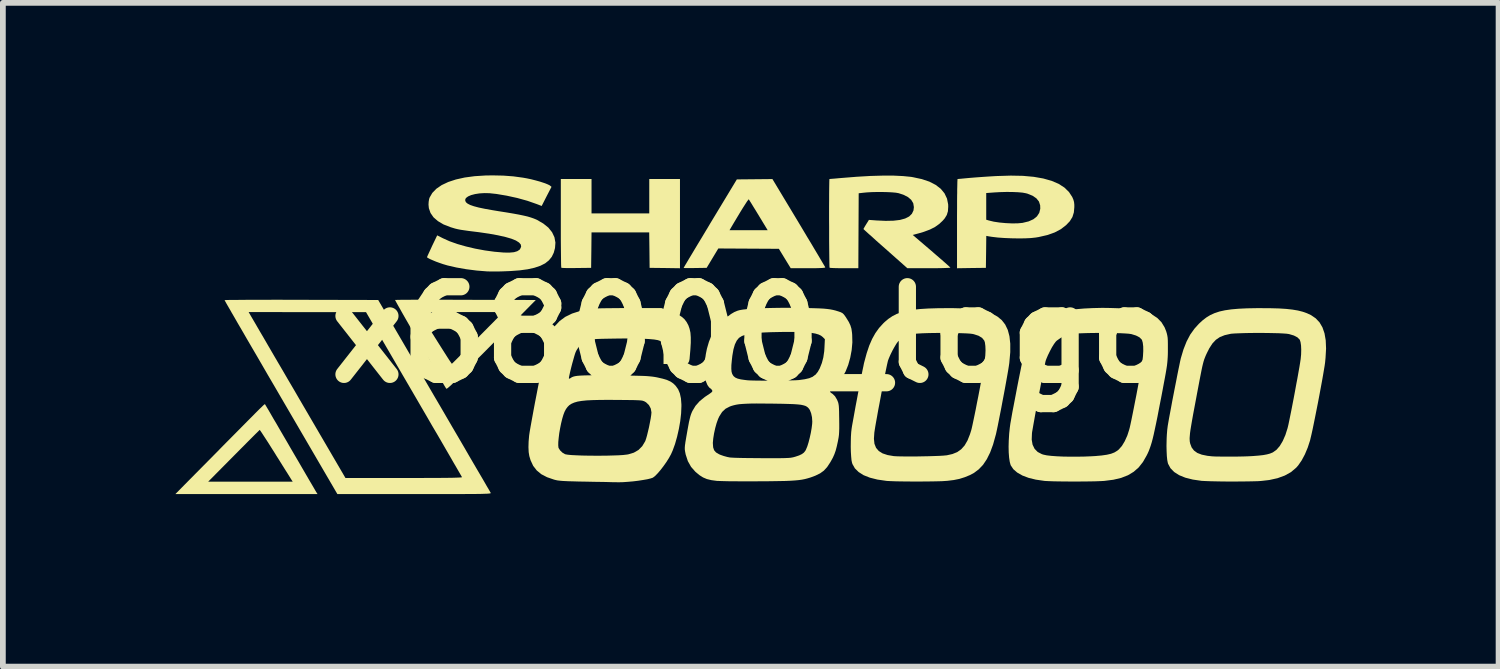
<source format=kicad_pcb>
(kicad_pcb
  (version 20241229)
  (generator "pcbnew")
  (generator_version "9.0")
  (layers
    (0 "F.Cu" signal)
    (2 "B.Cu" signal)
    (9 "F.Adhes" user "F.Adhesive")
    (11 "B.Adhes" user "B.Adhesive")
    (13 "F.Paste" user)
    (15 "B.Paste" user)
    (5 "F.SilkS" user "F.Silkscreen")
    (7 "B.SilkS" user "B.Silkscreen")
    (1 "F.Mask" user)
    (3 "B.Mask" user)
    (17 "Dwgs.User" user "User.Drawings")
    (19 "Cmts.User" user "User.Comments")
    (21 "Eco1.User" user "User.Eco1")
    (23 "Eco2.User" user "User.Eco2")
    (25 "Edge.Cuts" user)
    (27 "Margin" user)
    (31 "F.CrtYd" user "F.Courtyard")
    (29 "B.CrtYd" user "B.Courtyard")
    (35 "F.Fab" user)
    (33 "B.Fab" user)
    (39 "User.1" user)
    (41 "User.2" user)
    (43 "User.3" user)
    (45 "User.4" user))
  (footprint "x68000_logo"
    (layer "F.Cu")
    (at 10.008 2.771)
    (property "Reference" "x68000_logo" (at 0 0 0) (layer "F.SilkS") (effects (font (size 1.524 1.524) (thickness 0.3))))
    (attr through_hole)
    (fp_poly (pts (xy -2.771 -2.11) (xy -1.767 -2.11) (xy -1.767 -2.708) (xy -1.233 -2.708) (xy -1.233 -1.156) (xy -1.497 -1.16) (xy -1.761 -1.163) (xy -1.764 -1.471) (xy -1.768 -1.78) (xy -2.771 -1.78) (xy -2.774 -1.471) (xy -2.778 -1.163) (xy -3.033 -1.16) (xy -3.111 -1.159) (xy -3.18 -1.159) (xy -3.237 -1.16) (xy -3.277 -1.162) (xy -3.296 -1.165) (xy -3.297 -1.165) (xy -3.298 -1.179) (xy -3.3 -1.216) (xy -3.301 -1.274) (xy -3.302 -1.351) (xy -3.303 -1.445) (xy -3.304 -1.552) (xy -3.305 -1.672) (xy -3.305 -1.802) (xy -3.305 -1.939) (xy -3.305 -2.708) (xy -2.771 -2.708)) (stroke (width 0) (type solid)) (fill yes) (layer "F.SilkS"))
    (fp_poly (pts (xy 0.832 -1.948) (xy 0.908 -1.821) (xy 0.98 -1.7) (xy 1.048 -1.588) (xy 1.109 -1.485) (xy 1.164 -1.393) (xy 1.21 -1.315) (xy 1.247 -1.252) (xy 1.274 -1.207) (xy 1.29 -1.18) (xy 1.294 -1.173) (xy 1.29 -1.168) (xy 1.274 -1.164) (xy 1.243 -1.161) (xy 1.194 -1.159) (xy 1.126 -1.157) (xy 1.035 -1.157) (xy 0.996 -1.157) (xy 0.693 -1.157) (xy 0.59 -1.325) (xy 0.487 -1.494) (xy -0.039 -1.497) (xy -0.566 -1.5) (xy -0.769 -1.163) (xy -0.969 -1.16) (xy -1.037 -1.159) (xy -1.096 -1.159) (xy -1.14 -1.159) (xy -1.165 -1.161) (xy -1.17 -1.162) (xy -1.163 -1.173) (xy -1.145 -1.205) (xy -1.115 -1.255) (xy -1.076 -1.321) (xy -1.027 -1.402) (xy -0.971 -1.496) (xy -0.907 -1.602) (xy -0.838 -1.716) (xy -0.777 -1.818) (xy -0.371 -1.818) (xy 0.292 -1.818) (xy 0.132 -2.082) (xy 0.087 -2.156) (xy 0.046 -2.222) (xy 0.012 -2.278) (xy -0.015 -2.321) (xy -0.032 -2.348) (xy -0.037 -2.355) (xy -0.045 -2.347) (xy -0.066 -2.319) (xy -0.097 -2.271) (xy -0.138 -2.207) (xy -0.188 -2.126) (xy -0.245 -2.031) (xy -0.309 -1.924) (xy -0.343 -1.866) (xy -0.371 -1.818) (xy -0.777 -1.818) (xy -0.764 -1.839) (xy -0.707 -1.935) (xy -0.244 -2.701) (xy 0.066 -2.704) (xy 0.375 -2.707)) (stroke (width 0) (type solid)) (fill yes) (layer "F.SilkS"))
    (fp_poly (pts (xy -8.45 1.208) (xy -8.443 1.22) (xy -8.424 1.252) (xy -8.394 1.302) (xy -8.355 1.369) (xy -8.308 1.451) (xy -8.252 1.545) (xy -8.191 1.651) (xy -8.124 1.766) (xy -8.052 1.889) (xy -8.009 1.964) (xy -7.935 2.091) (xy -7.864 2.212) (xy -7.798 2.326) (xy -7.738 2.429) (xy -7.684 2.522) (xy -7.638 2.6) (xy -7.601 2.663) (xy -7.574 2.71) (xy -7.558 2.737) (xy -7.554 2.743) (xy -7.536 2.771) (xy -10.008 2.771) (xy -9.795 2.555) (xy -9.437 2.555) (xy -7.968 2.555) (xy -7.986 2.527) (xy -7.997 2.51) (xy -8.019 2.474) (xy -8.052 2.421) (xy -8.094 2.355) (xy -8.143 2.277) (xy -8.197 2.19) (xy -8.256 2.097) (xy -8.269 2.075) (xy -8.328 1.982) (xy -8.382 1.896) (xy -8.431 1.82) (xy -8.473 1.756) (xy -8.506 1.705) (xy -8.529 1.671) (xy -8.541 1.656) (xy -8.542 1.655) (xy -8.552 1.665) (xy -8.578 1.691) (xy -8.619 1.731) (xy -8.672 1.784) (xy -8.737 1.849) (xy -8.81 1.923) (xy -8.891 2.004) (xy -8.978 2.092) (xy -8.993 2.107) (xy -9.437 2.555) (xy -9.795 2.555) (xy -9.308 2.063) (xy -9.166 1.918) (xy -9.04 1.791) (xy -8.93 1.68) (xy -8.834 1.583) (xy -8.753 1.501) (xy -8.683 1.431) (xy -8.626 1.373) (xy -8.579 1.326) (xy -8.541 1.288) (xy -8.511 1.26) (xy -8.489 1.238) (xy -8.473 1.223) (xy -8.462 1.214) (xy -8.455 1.209) (xy -8.451 1.208)) (stroke (width 0) (type solid)) (fill yes) (layer "F.SilkS"))
    (fp_poly (pts (xy -5.363 -0.608) (xy -5.2 -0.608) (xy -5.028 -0.607) (xy -4.961 -0.607) (xy -3.74 -0.604) (xy -4.511 0.177) (xy -4.651 0.318) (xy -4.775 0.442) (xy -4.882 0.55) (xy -4.975 0.643) (xy -5.053 0.721) (xy -5.119 0.786) (xy -5.173 0.837) (xy -5.215 0.878) (xy -5.248 0.907) (xy -5.271 0.927) (xy -5.287 0.937) (xy -5.295 0.94) (xy -5.296 0.939) (xy -5.307 0.923) (xy -5.329 0.887) (xy -5.36 0.834) (xy -5.4 0.766) (xy -5.447 0.685) (xy -5.501 0.594) (xy -5.559 0.494) (xy -5.621 0.388) (xy -5.685 0.277) (xy -5.75 0.164) (xy -5.815 0.052) (xy -5.879 -0.058) (xy -5.94 -0.165) (xy -5.997 -0.264) (xy -6.049 -0.355) (xy -6.071 -0.394) (xy -5.771 -0.394) (xy -5.717 -0.308) (xy -5.615 -0.144) (xy -5.525 -0.001) (xy -5.448 0.122) (xy -5.382 0.226) (xy -5.327 0.313) (xy -5.283 0.382) (xy -5.249 0.435) (xy -5.224 0.472) (xy -5.208 0.495) (xy -5.2 0.505) (xy -5.199 0.505) (xy -5.19 0.496) (xy -5.163 0.47) (xy -5.123 0.43) (xy -5.07 0.377) (xy -5.006 0.312) (xy -4.932 0.239) (xy -4.851 0.157) (xy -4.765 0.07) (xy -4.749 0.054) (xy -4.305 -0.394) (xy -5.771 -0.394) (xy -6.071 -0.394) (xy -6.094 -0.435) (xy -6.132 -0.502) (xy -6.161 -0.554) (xy -6.18 -0.589) (xy -6.188 -0.604) (xy -6.188 -0.605) (xy -6.175 -0.605) (xy -6.138 -0.606) (xy -6.079 -0.607) (xy -6 -0.607) (xy -5.903 -0.608) (xy -5.788 -0.608) (xy -5.659 -0.608) (xy -5.517 -0.608)) (stroke (width 0) (type solid)) (fill yes) (layer "F.SilkS"))
    (fp_poly (pts (xy 4.731 -2.763) (xy 4.919 -2.746) (xy 5.085 -2.717) (xy 5.23 -2.676) (xy 5.352 -2.624) (xy 5.453 -2.559) (xy 5.532 -2.482) (xy 5.59 -2.393) (xy 5.59 -2.392) (xy 5.609 -2.348) (xy 5.62 -2.308) (xy 5.625 -2.261) (xy 5.625 -2.218) (xy 5.617 -2.127) (xy 5.592 -2.047) (xy 5.547 -1.974) (xy 5.481 -1.905) (xy 5.39 -1.835) (xy 5.282 -1.778) (xy 5.154 -1.733) (xy 5.006 -1.699) (xy 4.952 -1.69) (xy 4.868 -1.681) (xy 4.766 -1.676) (xy 4.651 -1.675) (xy 4.53 -1.677) (xy 4.41 -1.682) (xy 4.295 -1.69) (xy 4.194 -1.702) (xy 4.135 -1.711) (xy 4.094 -1.719) (xy 4.091 -1.441) (xy 4.087 -1.163) (xy 3.836 -1.16) (xy 3.585 -1.156) (xy 3.585 -1.932) (xy 3.585 -2.07) (xy 3.586 -2.2) (xy 3.586 -2.32) (xy 3.587 -2.428) (xy 3.588 -2.464) (xy 4.093 -2.464) (xy 4.093 -2) (xy 4.141 -1.986) (xy 4.224 -1.966) (xy 4.324 -1.951) (xy 4.432 -1.941) (xy 4.54 -1.936) (xy 4.64 -1.937) (xy 4.724 -1.945) (xy 4.728 -1.946) (xy 4.831 -1.971) (xy 4.913 -2.008) (xy 4.975 -2.058) (xy 5.015 -2.119) (xy 5.033 -2.191) (xy 5.031 -2.25) (xy 5.01 -2.316) (xy 4.965 -2.372) (xy 4.899 -2.417) (xy 4.81 -2.453) (xy 4.784 -2.46) (xy 4.725 -2.471) (xy 4.645 -2.478) (xy 4.55 -2.482) (xy 4.446 -2.483) (xy 4.335 -2.48) (xy 4.243 -2.475) (xy 4.093 -2.464) (xy 3.588 -2.464) (xy 3.588 -2.521) (xy 3.59 -2.598) (xy 3.591 -2.656) (xy 3.593 -2.694) (xy 3.594 -2.708) (xy 3.595 -2.708) (xy 3.61 -2.709) (xy 3.646 -2.712) (xy 3.698 -2.717) (xy 3.761 -2.723) (xy 3.795 -2.726) (xy 3.866 -2.732) (xy 3.956 -2.739) (xy 4.056 -2.746) (xy 4.161 -2.753) (xy 4.263 -2.759) (xy 4.288 -2.76) (xy 4.521 -2.767)) (stroke (width 0) (type solid)) (fill yes) (layer "F.SilkS"))
    (fp_poly (pts (xy -8.159 -0.608) (xy -7.983 -0.607) (xy -7.817 -0.607) (xy -6.481 -0.604) (xy -5.509 1.062) (xy -5.398 1.251) (xy -5.291 1.435) (xy -5.188 1.612) (xy -5.089 1.781) (xy -4.996 1.94) (xy -4.91 2.089) (xy -4.83 2.226) (xy -4.758 2.349) (xy -4.694 2.458) (xy -4.639 2.552) (xy -4.595 2.629) (xy -4.56 2.688) (xy -4.537 2.728) (xy -4.526 2.747) (xy -4.525 2.749) (xy -4.524 2.753) (xy -4.526 2.756) (xy -4.532 2.759) (xy -4.545 2.761) (xy -4.564 2.763) (xy -4.593 2.765) (xy -4.631 2.766) (xy -4.681 2.768) (xy -4.744 2.769) (xy -4.821 2.77) (xy -4.914 2.77) (xy -5.025 2.771) (xy -5.153 2.771) (xy -5.302 2.771) (xy -5.472 2.771) (xy -5.665 2.771) (xy -5.852 2.771) (xy -7.191 2.771) (xy -8.172 1.09) (xy -8.283 0.899) (xy -8.391 0.715) (xy -8.494 0.537) (xy -8.592 0.368) (xy -8.685 0.209) (xy -8.772 0.06) (xy -8.851 -0.077) (xy -8.923 -0.2) (xy -8.986 -0.31) (xy -9.035 -0.394) (xy -8.734 -0.394) (xy -8.699 -0.333) (xy -8.688 -0.314) (xy -8.665 -0.275) (xy -8.631 -0.217) (xy -8.587 -0.141) (xy -8.533 -0.048) (xy -8.47 0.059) (xy -8.4 0.18) (xy -8.322 0.314) (xy -8.238 0.458) (xy -8.148 0.611) (xy -8.054 0.773) (xy -7.955 0.941) (xy -7.857 1.11) (xy -7.05 2.492) (xy -6.035 2.492) (xy -5.838 2.492) (xy -5.667 2.491) (xy -5.518 2.491) (xy -5.391 2.49) (xy -5.285 2.489) (xy -5.199 2.488) (xy -5.131 2.486) (xy -5.081 2.484) (xy -5.048 2.482) (xy -5.029 2.48) (xy -5.024 2.477) (xy -5.031 2.464) (xy -5.05 2.431) (xy -5.08 2.379) (xy -5.121 2.308) (xy -5.172 2.221) (xy -5.231 2.118) (xy -5.299 2.001) (xy -5.374 1.871) (xy -5.456 1.73) (xy -5.545 1.579) (xy -5.638 1.418) (xy -5.736 1.25) (xy -5.837 1.076) (xy -5.861 1.035) (xy -6.693 -0.393) (xy -7.714 -0.393) (xy -8.734 -0.394) (xy -9.035 -0.394) (xy -9.04 -0.404) (xy -9.085 -0.481) (xy -9.119 -0.54) (xy -9.141 -0.58) (xy -9.152 -0.599) (xy -9.153 -0.601) (xy -9.141 -0.602) (xy -9.105 -0.604) (xy -9.046 -0.605) (xy -8.967 -0.605) (xy -8.87 -0.606) (xy -8.755 -0.607) (xy -8.625 -0.607) (xy -8.481 -0.607) (xy -8.325 -0.608)) (stroke (width 0) (type solid)) (fill yes) (layer "F.SilkS"))
    (fp_poly (pts (xy 2.482 -2.767) (xy 2.647 -2.759) (xy 2.788 -2.745) (xy 2.821 -2.739) (xy 2.974 -2.706) (xy 3.105 -2.662) (xy 3.215 -2.605) (xy 3.303 -2.537) (xy 3.368 -2.458) (xy 3.411 -2.367) (xy 3.431 -2.266) (xy 3.432 -2.226) (xy 3.427 -2.147) (xy 3.407 -2.082) (xy 3.37 -2.022) (xy 3.34 -1.987) (xy 3.274 -1.925) (xy 3.201 -1.873) (xy 3.114 -1.829) (xy 3.01 -1.79) (xy 2.919 -1.763) (xy 2.815 -1.735) (xy 3.142 -1.456) (xy 3.219 -1.389) (xy 3.29 -1.328) (xy 3.353 -1.273) (xy 3.404 -1.228) (xy 3.442 -1.194) (xy 3.464 -1.173) (xy 3.47 -1.166) (xy 3.458 -1.164) (xy 3.423 -1.162) (xy 3.37 -1.16) (xy 3.301 -1.158) (xy 3.218 -1.157) (xy 3.126 -1.157) (xy 3.096 -1.157) (xy 2.721 -1.157) (xy 2.34 -1.495) (xy 2.256 -1.569) (xy 2.179 -1.637) (xy 2.111 -1.699) (xy 2.052 -1.751) (xy 2.006 -1.793) (xy 1.974 -1.822) (xy 1.959 -1.837) (xy 1.958 -1.838) (xy 1.964 -1.851) (xy 1.98 -1.879) (xy 2.003 -1.917) (xy 2.005 -1.92) (xy 2.053 -1.997) (xy 2.187 -1.987) (xy 2.345 -1.98) (xy 2.48 -1.983) (xy 2.592 -1.996) (xy 2.683 -2.021) (xy 2.752 -2.056) (xy 2.8 -2.103) (xy 2.828 -2.161) (xy 2.835 -2.219) (xy 2.824 -2.286) (xy 2.789 -2.345) (xy 2.732 -2.394) (xy 2.651 -2.435) (xy 2.567 -2.462) (xy 2.521 -2.47) (xy 2.454 -2.476) (xy 2.374 -2.48) (xy 2.285 -2.482) (xy 2.192 -2.482) (xy 2.101 -2.48) (xy 2.017 -2.475) (xy 1.964 -2.47) (xy 1.875 -2.46) (xy 1.872 -1.808) (xy 1.869 -1.157) (xy 1.623 -1.157) (xy 1.546 -1.157) (xy 1.479 -1.158) (xy 1.424 -1.16) (xy 1.386 -1.162) (xy 1.369 -1.165) (xy 1.369 -1.165) (xy 1.367 -1.179) (xy 1.366 -1.215) (xy 1.365 -1.272) (xy 1.364 -1.345) (xy 1.363 -1.433) (xy 1.362 -1.533) (xy 1.361 -1.643) (xy 1.361 -1.758) (xy 1.361 -1.878) (xy 1.36 -2) (xy 1.36 -2.119) (xy 1.36 -2.235) (xy 1.361 -2.344) (xy 1.361 -2.444) (xy 1.362 -2.531) (xy 1.363 -2.604) (xy 1.364 -2.66) (xy 1.365 -2.695) (xy 1.366 -2.708) (xy 1.366 -2.708) (xy 1.381 -2.709) (xy 1.416 -2.712) (xy 1.467 -2.716) (xy 1.531 -2.722) (xy 1.579 -2.726) (xy 1.841 -2.747) (xy 2.079 -2.761) (xy 2.293 -2.767)) (stroke (width 0) (type solid)) (fill yes) (layer "F.SilkS"))
    (fp_poly (pts (xy -4.304 -2.767) (xy -4.131 -2.754) (xy -3.962 -2.731) (xy -3.9 -2.72) (xy -3.824 -2.704) (xy -3.745 -2.684) (xy -3.669 -2.663) (xy -3.599 -2.64) (xy -3.543 -2.619) (xy -3.504 -2.601) (xy -3.494 -2.594) (xy -3.467 -2.572) (xy -3.553 -2.406) (xy -3.638 -2.239) (xy -3.723 -2.272) (xy -3.886 -2.329) (xy -4.063 -2.378) (xy -4.246 -2.418) (xy -4.424 -2.448) (xy -4.545 -2.461) (xy -4.632 -2.463) (xy -4.718 -2.458) (xy -4.796 -2.446) (xy -4.865 -2.428) (xy -4.918 -2.405) (xy -4.954 -2.378) (xy -4.966 -2.357) (xy -4.967 -2.329) (xy -4.954 -2.303) (xy -4.925 -2.279) (xy -4.88 -2.256) (xy -4.816 -2.234) (xy -4.733 -2.212) (xy -4.628 -2.19) (xy -4.5 -2.167) (xy -4.392 -2.149) (xy -4.252 -2.127) (xy -4.133 -2.107) (xy -4.035 -2.089) (xy -3.953 -2.072) (xy -3.884 -2.056) (xy -3.827 -2.039) (xy -3.778 -2.022) (xy -3.734 -2.004) (xy -3.719 -1.997) (xy -3.609 -1.933) (xy -3.521 -1.862) (xy -3.457 -1.782) (xy -3.416 -1.695) (xy -3.399 -1.602) (xy -3.406 -1.508) (xy -3.428 -1.426) (xy -3.463 -1.354) (xy -3.513 -1.293) (xy -3.578 -1.241) (xy -3.661 -1.199) (xy -3.762 -1.165) (xy -3.882 -1.138) (xy -4.024 -1.119) (xy -4.188 -1.107) (xy -4.316 -1.102) (xy -4.39 -1.1) (xy -4.463 -1.1) (xy -4.526 -1.1) (xy -4.573 -1.101) (xy -4.583 -1.101) (xy -4.768 -1.116) (xy -4.949 -1.139) (xy -5.12 -1.169) (xy -5.276 -1.205) (xy -5.354 -1.228) (xy -5.415 -1.249) (xy -5.476 -1.271) (xy -5.533 -1.295) (xy -5.581 -1.316) (xy -5.615 -1.334) (xy -5.631 -1.346) (xy -5.632 -1.348) (xy -5.627 -1.362) (xy -5.612 -1.395) (xy -5.59 -1.443) (xy -5.563 -1.501) (xy -5.544 -1.543) (xy -5.455 -1.728) (xy -5.356 -1.678) (xy -5.241 -1.626) (xy -5.106 -1.578) (xy -4.955 -1.535) (xy -4.794 -1.497) (xy -4.627 -1.466) (xy -4.459 -1.443) (xy -4.296 -1.429) (xy -4.295 -1.429) (xy -4.197 -1.428) (xy -4.12 -1.435) (xy -4.063 -1.452) (xy -4.023 -1.478) (xy -4.013 -1.491) (xy -3.995 -1.53) (xy -4.001 -1.568) (xy -4.031 -1.603) (xy -4.086 -1.638) (xy -4.165 -1.67) (xy -4.269 -1.7) (xy -4.398 -1.729) (xy -4.552 -1.757) (xy -4.731 -1.783) (xy -4.812 -1.793) (xy -4.908 -1.805) (xy -4.985 -1.816) (xy -5.046 -1.825) (xy -5.097 -1.835) (xy -5.143 -1.846) (xy -5.189 -1.86) (xy -5.225 -1.871) (xy -5.345 -1.918) (xy -5.443 -1.976) (xy -5.519 -2.042) (xy -5.571 -2.117) (xy -5.6 -2.2) (xy -5.606 -2.263) (xy -5.603 -2.314) (xy -5.595 -2.361) (xy -5.587 -2.385) (xy -5.54 -2.466) (xy -5.469 -2.539) (xy -5.377 -2.602) (xy -5.263 -2.656) (xy -5.129 -2.7) (xy -4.976 -2.734) (xy -4.805 -2.757) (xy -4.616 -2.769) (xy -4.492 -2.771)) (stroke (width 0) (type solid)) (fill yes) (layer "F.SilkS"))
    (fp_poly (pts (xy 3.524 -0.462) (xy 3.644 -0.459) (xy 3.747 -0.455) (xy 3.836 -0.449) (xy 3.914 -0.439) (xy 3.986 -0.427) (xy 4.054 -0.412) (xy 4.08 -0.405) (xy 4.192 -0.367) (xy 4.286 -0.317) (xy 4.363 -0.254) (xy 4.423 -0.177) (xy 4.468 -0.083) (xy 4.497 0.027) (xy 4.511 0.155) (xy 4.511 0.303) (xy 4.496 0.471) (xy 4.494 0.493) (xy 4.487 0.541) (xy 4.476 0.61) (xy 4.461 0.697) (xy 4.443 0.798) (xy 4.423 0.909) (xy 4.401 1.027) (xy 4.378 1.148) (xy 4.356 1.267) (xy 4.333 1.383) (xy 4.312 1.49) (xy 4.293 1.586) (xy 4.276 1.666) (xy 4.263 1.727) (xy 4.257 1.748) (xy 4.212 1.91) (xy 4.161 2.048) (xy 4.103 2.165) (xy 4.038 2.262) (xy 3.963 2.341) (xy 3.879 2.404) (xy 3.812 2.44) (xy 3.719 2.478) (xy 3.627 2.507) (xy 3.529 2.527) (xy 3.415 2.541) (xy 3.383 2.543) (xy 3.324 2.547) (xy 3.246 2.549) (xy 3.152 2.551) (xy 3.048 2.552) (xy 2.936 2.553) (xy 2.823 2.553) (xy 2.711 2.552) (xy 2.606 2.551) (xy 2.511 2.549) (xy 2.432 2.546) (xy 2.371 2.543) (xy 2.352 2.541) (xy 2.201 2.519) (xy 2.07 2.486) (xy 1.961 2.443) (xy 1.874 2.388) (xy 1.809 2.324) (xy 1.767 2.25) (xy 1.759 2.226) (xy 1.75 2.182) (xy 1.744 2.117) (xy 1.739 2.038) (xy 1.737 1.951) (xy 1.738 1.86) (xy 1.739 1.809) (xy 2.14 1.809) (xy 2.149 1.896) (xy 2.177 1.967) (xy 2.224 2.022) (xy 2.291 2.064) (xy 2.379 2.093) (xy 2.485 2.111) (xy 2.532 2.114) (xy 2.6 2.116) (xy 2.683 2.117) (xy 2.778 2.117) (xy 2.88 2.117) (xy 2.985 2.115) (xy 3.089 2.113) (xy 3.186 2.11) (xy 3.272 2.107) (xy 3.343 2.103) (xy 3.395 2.098) (xy 3.407 2.097) (xy 3.505 2.075) (xy 3.589 2.041) (xy 3.658 1.992) (xy 3.717 1.926) (xy 3.767 1.84) (xy 3.81 1.732) (xy 3.833 1.659) (xy 3.842 1.623) (xy 3.855 1.565) (xy 3.871 1.489) (xy 3.89 1.398) (xy 3.911 1.296) (xy 3.932 1.186) (xy 3.955 1.072) (xy 3.977 0.957) (xy 3.998 0.845) (xy 4.018 0.739) (xy 4.035 0.642) (xy 4.05 0.558) (xy 4.061 0.491) (xy 4.067 0.454) (xy 4.077 0.36) (xy 4.081 0.272) (xy 4.078 0.196) (xy 4.07 0.135) (xy 4.059 0.102) (xy 4.021 0.055) (xy 3.96 0.018) (xy 3.877 -0.009) (xy 3.853 -0.014) (xy 3.813 -0.019) (xy 3.753 -0.023) (xy 3.674 -0.026) (xy 3.583 -0.029) (xy 3.482 -0.03) (xy 3.377 -0.031) (xy 3.27 -0.031) (xy 3.166 -0.03) (xy 3.069 -0.028) (xy 2.983 -0.025) (xy 2.912 -0.021) (xy 2.861 -0.017) (xy 2.848 -0.015) (xy 2.762 0.006) (xy 2.68 0.037) (xy 2.61 0.076) (xy 2.558 0.12) (xy 2.556 0.122) (xy 2.529 0.159) (xy 2.497 0.213) (xy 2.462 0.276) (xy 2.429 0.343) (xy 2.401 0.407) (xy 2.384 0.452) (xy 2.378 0.478) (xy 2.367 0.526) (xy 2.353 0.593) (xy 2.336 0.675) (xy 2.318 0.77) (xy 2.297 0.874) (xy 2.276 0.984) (xy 2.255 1.097) (xy 2.234 1.209) (xy 2.213 1.318) (xy 2.195 1.421) (xy 2.178 1.514) (xy 2.164 1.594) (xy 2.154 1.657) (xy 2.147 1.702) (xy 2.147 1.704) (xy 2.14 1.809) (xy 1.739 1.809) (xy 1.74 1.773) (xy 1.745 1.694) (xy 1.752 1.634) (xy 1.759 1.588) (xy 1.771 1.522) (xy 1.786 1.44) (xy 1.803 1.345) (xy 1.822 1.24) (xy 1.843 1.13) (xy 1.864 1.017) (xy 1.886 0.906) (xy 1.906 0.8) (xy 1.925 0.702) (xy 1.942 0.617) (xy 1.957 0.547) (xy 1.967 0.496) (xy 1.972 0.477) (xy 2.014 0.322) (xy 2.059 0.188) (xy 2.109 0.073) (xy 2.165 -0.027) (xy 2.229 -0.117) (xy 2.303 -0.198) (xy 2.329 -0.223) (xy 2.392 -0.276) (xy 2.46 -0.322) (xy 2.533 -0.36) (xy 2.617 -0.39) (xy 2.711 -0.415) (xy 2.82 -0.434) (xy 2.944 -0.447) (xy 3.088 -0.456) (xy 3.252 -0.461) (xy 3.382 -0.462)) (stroke (width 0) (type solid)) (fill yes) (layer "F.SilkS"))
    (fp_poly (pts (xy 9.036 -0.461) (xy 9.183 -0.457) (xy 9.309 -0.449) (xy 9.418 -0.437) (xy 9.513 -0.421) (xy 9.596 -0.4) (xy 9.67 -0.374) (xy 9.737 -0.343) (xy 9.741 -0.341) (xy 9.823 -0.285) (xy 9.889 -0.215) (xy 9.94 -0.128) (xy 9.976 -0.024) (xy 9.997 0.098) (xy 10.003 0.24) (xy 9.994 0.4) (xy 9.986 0.483) (xy 9.978 0.54) (xy 9.965 0.617) (xy 9.949 0.712) (xy 9.93 0.819) (xy 9.908 0.937) (xy 9.885 1.061) (xy 9.861 1.187) (xy 9.836 1.313) (xy 9.812 1.434) (xy 9.789 1.547) (xy 9.768 1.649) (xy 9.749 1.735) (xy 9.733 1.802) (xy 9.725 1.837) (xy 9.684 1.963) (xy 9.635 2.08) (xy 9.579 2.185) (xy 9.519 2.272) (xy 9.483 2.313) (xy 9.393 2.389) (xy 9.285 2.449) (xy 9.159 2.495) (xy 9.014 2.527) (xy 8.875 2.543) (xy 8.815 2.547) (xy 8.735 2.549) (xy 8.64 2.551) (xy 8.535 2.552) (xy 8.422 2.553) (xy 8.308 2.553) (xy 8.195 2.552) (xy 8.089 2.55) (xy 7.994 2.548) (xy 7.914 2.545) (xy 7.853 2.542) (xy 7.837 2.541) (xy 7.686 2.519) (xy 7.555 2.486) (xy 7.447 2.442) (xy 7.361 2.387) (xy 7.297 2.321) (xy 7.256 2.245) (xy 7.251 2.229) (xy 7.241 2.179) (xy 7.234 2.11) (xy 7.23 2.026) (xy 7.228 1.933) (xy 7.23 1.836) (xy 7.231 1.8) (xy 7.63 1.8) (xy 7.631 1.831) (xy 7.633 1.859) (xy 7.638 1.884) (xy 7.64 1.893) (xy 7.665 1.96) (xy 7.706 2.014) (xy 7.764 2.056) (xy 7.842 2.086) (xy 7.94 2.106) (xy 8.022 2.115) (xy 8.084 2.118) (xy 8.165 2.119) (xy 8.26 2.12) (xy 8.363 2.12) (xy 8.467 2.119) (xy 8.567 2.117) (xy 8.656 2.114) (xy 8.73 2.11) (xy 8.731 2.11) (xy 8.831 2.102) (xy 8.911 2.093) (xy 8.975 2.081) (xy 9.027 2.067) (xy 9.071 2.049) (xy 9.078 2.046) (xy 9.14 2.002) (xy 9.198 1.935) (xy 9.25 1.848) (xy 9.296 1.743) (xy 9.334 1.623) (xy 9.336 1.614) (xy 9.347 1.569) (xy 9.361 1.503) (xy 9.378 1.419) (xy 9.398 1.321) (xy 9.419 1.213) (xy 9.441 1.099) (xy 9.463 0.982) (xy 9.484 0.866) (xy 9.505 0.756) (xy 9.523 0.654) (xy 9.539 0.564) (xy 9.551 0.491) (xy 9.559 0.438) (xy 9.561 0.427) (xy 9.569 0.343) (xy 9.571 0.261) (xy 9.568 0.188) (xy 9.559 0.129) (xy 9.546 0.088) (xy 9.543 0.084) (xy 9.505 0.046) (xy 9.444 0.014) (xy 9.364 -0.01) (xy 9.35 -0.013) (xy 9.313 -0.018) (xy 9.255 -0.022) (xy 9.178 -0.026) (xy 9.089 -0.028) (xy 8.99 -0.03) (xy 8.885 -0.031) (xy 8.779 -0.031) (xy 8.675 -0.03) (xy 8.577 -0.028) (xy 8.49 -0.025) (xy 8.416 -0.022) (xy 8.361 -0.018) (xy 8.34 -0.015) (xy 8.239 0.008) (xy 8.156 0.041) (xy 8.087 0.088) (xy 8.027 0.152) (xy 7.973 0.235) (xy 7.938 0.304) (xy 7.922 0.337) (xy 7.908 0.368) (xy 7.896 0.398) (xy 7.884 0.429) (xy 7.873 0.464) (xy 7.862 0.506) (xy 7.85 0.556) (xy 7.837 0.618) (xy 7.822 0.694) (xy 7.804 0.786) (xy 7.783 0.897) (xy 7.758 1.029) (xy 7.743 1.11) (xy 7.715 1.259) (xy 7.691 1.386) (xy 7.672 1.493) (xy 7.657 1.581) (xy 7.645 1.654) (xy 7.637 1.713) (xy 7.633 1.761) (xy 7.63 1.8) (xy 7.231 1.8) (xy 7.234 1.74) (xy 7.241 1.652) (xy 7.25 1.582) (xy 7.26 1.524) (xy 7.273 1.449) (xy 7.29 1.359) (xy 7.309 1.258) (xy 7.329 1.149) (xy 7.351 1.036) (xy 7.373 0.923) (xy 7.395 0.812) (xy 7.415 0.708) (xy 7.434 0.613) (xy 7.451 0.532) (xy 7.464 0.468) (xy 7.474 0.424) (xy 7.476 0.414) (xy 7.523 0.256) (xy 7.577 0.119) (xy 7.64 -0.001) (xy 7.715 -0.106) (xy 7.792 -0.191) (xy 7.856 -0.25) (xy 7.921 -0.3) (xy 7.99 -0.342) (xy 8.065 -0.376) (xy 8.15 -0.404) (xy 8.245 -0.425) (xy 8.356 -0.441) (xy 8.482 -0.452) (xy 8.628 -0.459) (xy 8.796 -0.462) (xy 8.867 -0.462)) (stroke (width 0) (type solid)) (fill yes) (layer "F.SilkS"))
    (fp_poly (pts (xy 6.247 -0.465) (xy 6.381 -0.461) (xy 6.509 -0.453) (xy 6.623 -0.443) (xy 6.719 -0.43) (xy 6.731 -0.428) (xy 6.864 -0.396) (xy 6.976 -0.351) (xy 7.067 -0.292) (xy 7.14 -0.218) (xy 7.195 -0.128) (xy 7.223 -0.058) (xy 7.234 -0.021) (xy 7.242 0.014) (xy 7.248 0.052) (xy 7.251 0.099) (xy 7.252 0.16) (xy 7.252 0.242) (xy 7.252 0.297) (xy 7.251 0.347) (xy 7.249 0.393) (xy 7.246 0.438) (xy 7.242 0.485) (xy 7.236 0.537) (xy 7.227 0.596) (xy 7.215 0.667) (xy 7.2 0.75) (xy 7.181 0.85) (xy 7.159 0.969) (xy 7.132 1.111) (xy 7.13 1.119) (xy 7.098 1.283) (xy 7.071 1.425) (xy 7.046 1.547) (xy 7.024 1.65) (xy 7.005 1.738) (xy 6.987 1.813) (xy 6.97 1.876) (xy 6.953 1.931) (xy 6.936 1.979) (xy 6.919 2.024) (xy 6.9 2.066) (xy 6.882 2.102) (xy 6.818 2.214) (xy 6.744 2.308) (xy 6.657 2.384) (xy 6.557 2.444) (xy 6.439 2.49) (xy 6.304 2.522) (xy 6.147 2.542) (xy 6.134 2.543) (xy 6.074 2.546) (xy 5.995 2.549) (xy 5.9 2.551) (xy 5.795 2.552) (xy 5.683 2.553) (xy 5.569 2.553) (xy 5.457 2.552) (xy 5.351 2.551) (xy 5.256 2.549) (xy 5.176 2.546) (xy 5.116 2.543) (xy 5.098 2.541) (xy 4.955 2.52) (xy 4.829 2.489) (xy 4.721 2.448) (xy 4.632 2.397) (xy 4.565 2.339) (xy 4.52 2.272) (xy 4.517 2.265) (xy 4.502 2.211) (xy 4.491 2.137) (xy 4.484 2.047) (xy 4.482 1.945) (xy 4.485 1.835) (xy 4.486 1.824) (xy 4.884 1.824) (xy 4.899 1.912) (xy 4.934 1.984) (xy 4.988 2.039) (xy 5.061 2.077) (xy 5.09 2.086) (xy 5.147 2.098) (xy 5.225 2.107) (xy 5.32 2.114) (xy 5.429 2.119) (xy 5.547 2.121) (xy 5.672 2.121) (xy 5.797 2.119) (xy 5.921 2.114) (xy 5.99 2.11) (xy 6.101 2.1) (xy 6.191 2.087) (xy 6.264 2.07) (xy 6.323 2.047) (xy 6.372 2.017) (xy 6.397 1.997) (xy 6.452 1.935) (xy 6.502 1.852) (xy 6.547 1.752) (xy 6.577 1.659) (xy 6.588 1.619) (xy 6.602 1.557) (xy 6.619 1.477) (xy 6.638 1.383) (xy 6.659 1.278) (xy 6.681 1.165) (xy 6.704 1.049) (xy 6.726 0.932) (xy 6.747 0.819) (xy 6.767 0.712) (xy 6.784 0.616) (xy 6.798 0.534) (xy 6.808 0.47) (xy 6.819 0.373) (xy 6.824 0.282) (xy 6.823 0.203) (xy 6.815 0.138) (xy 6.802 0.093) (xy 6.797 0.084) (xy 6.759 0.046) (xy 6.698 0.014) (xy 6.617 -0.011) (xy 6.604 -0.013) (xy 6.567 -0.018) (xy 6.509 -0.022) (xy 6.433 -0.026) (xy 6.343 -0.028) (xy 6.244 -0.03) (xy 6.139 -0.031) (xy 6.033 -0.031) (xy 5.929 -0.03) (xy 5.831 -0.028) (xy 5.744 -0.025) (xy 5.67 -0.022) (xy 5.615 -0.018) (xy 5.594 -0.015) (xy 5.486 0.012) (xy 5.393 0.052) (xy 5.32 0.103) (xy 5.302 0.121) (xy 5.272 0.161) (xy 5.237 0.217) (xy 5.201 0.285) (xy 5.166 0.356) (xy 5.137 0.425) (xy 5.129 0.447) (xy 5.123 0.468) (xy 5.114 0.512) (xy 5.101 0.575) (xy 5.085 0.654) (xy 5.067 0.745) (xy 5.047 0.846) (xy 5.026 0.954) (xy 5.005 1.066) (xy 4.984 1.178) (xy 4.963 1.288) (xy 4.944 1.392) (xy 4.927 1.487) (xy 4.912 1.571) (xy 4.9 1.641) (xy 4.891 1.692) (xy 4.888 1.719) (xy 4.884 1.824) (xy 4.486 1.824) (xy 4.492 1.721) (xy 4.504 1.609) (xy 4.513 1.544) (xy 4.522 1.495) (xy 4.534 1.425) (xy 4.549 1.34) (xy 4.568 1.243) (xy 4.588 1.138) (xy 4.609 1.029) (xy 4.63 0.918) (xy 4.651 0.811) (xy 4.671 0.711) (xy 4.689 0.622) (xy 4.704 0.547) (xy 4.716 0.491) (xy 4.722 0.464) (xy 4.766 0.303) (xy 4.815 0.163) (xy 4.872 0.042) (xy 4.938 -0.064) (xy 5.014 -0.159) (xy 5.046 -0.192) (xy 5.111 -0.252) (xy 5.179 -0.303) (xy 5.252 -0.345) (xy 5.334 -0.379) (xy 5.426 -0.407) (xy 5.533 -0.428) (xy 5.656 -0.444) (xy 5.799 -0.456) (xy 5.963 -0.464) (xy 5.981 -0.464) (xy 6.112 -0.467)) (stroke (width 0) (type solid)) (fill yes) (layer "F.SilkS"))
    (fp_poly (pts (xy -1.437 -0.421) (xy -1.338 -0.384) (xy -1.26 -0.348) (xy -1.2 -0.31) (xy -1.154 -0.269) (xy -1.118 -0.221) (xy -1.087 -0.164) (xy -1.066 -0.104) (xy -1.051 -0.036) (xy -1.045 0.045) (xy -1.045 0.141) (xy -1.052 0.257) (xy -1.054 0.28) (xy -1.061 0.361) (xy -1.066 0.421) (xy -1.074 0.462) (xy -1.088 0.488) (xy -1.111 0.502) (xy -1.148 0.508) (xy -1.202 0.509) (xy -1.276 0.509) (xy -1.301 0.509) (xy -1.519 0.509) (xy -1.519 0.353) (xy -1.52 0.272) (xy -1.523 0.213) (xy -1.529 0.171) (xy -1.539 0.142) (xy -1.554 0.123) (xy -1.575 0.109) (xy -1.577 0.108) (xy -1.618 0.094) (xy -1.682 0.083) (xy -1.772 0.075) (xy -1.886 0.069) (xy -2.024 0.066) (xy -2.188 0.065) (xy -2.352 0.067) (xy -2.481 0.069) (xy -2.587 0.071) (xy -2.674 0.074) (xy -2.743 0.079) (xy -2.798 0.085) (xy -2.841 0.093) (xy -2.874 0.104) (xy -2.902 0.119) (xy -2.926 0.137) (xy -2.949 0.159) (xy -2.962 0.173) (xy -2.997 0.217) (xy -3.031 0.269) (xy -3.045 0.297) (xy -3.056 0.326) (xy -3.071 0.374) (xy -3.088 0.435) (xy -3.107 0.502) (xy -3.125 0.572) (xy -3.141 0.638) (xy -3.154 0.696) (xy -3.163 0.739) (xy -3.165 0.762) (xy -3.157 0.765) (xy -3.135 0.754) (xy -3.129 0.749) (xy -3.111 0.738) (xy -3.088 0.729) (xy -3.058 0.721) (xy -3.018 0.715) (xy -2.968 0.711) (xy -2.904 0.708) (xy -2.825 0.706) (xy -2.728 0.705) (xy -2.611 0.705) (xy -2.473 0.706) (xy -2.345 0.707) (xy -2.208 0.709) (xy -2.092 0.711) (xy -1.997 0.713) (xy -1.919 0.715) (xy -1.854 0.717) (xy -1.801 0.72) (xy -1.757 0.724) (xy -1.718 0.728) (xy -1.682 0.733) (xy -1.647 0.739) (xy -1.627 0.743) (xy -1.531 0.765) (xy -1.456 0.788) (xy -1.397 0.815) (xy -1.349 0.848) (xy -1.309 0.887) (xy -1.265 0.948) (xy -1.235 1.02) (xy -1.216 1.107) (xy -1.208 1.212) (xy -1.208 1.246) (xy -1.213 1.368) (xy -1.228 1.501) (xy -1.252 1.638) (xy -1.283 1.774) (xy -1.319 1.901) (xy -1.36 2.014) (xy -1.389 2.079) (xy -1.426 2.146) (xy -1.471 2.217) (xy -1.522 2.289) (xy -1.573 2.355) (xy -1.623 2.413) (xy -1.667 2.458) (xy -1.703 2.485) (xy -1.704 2.486) (xy -1.742 2.499) (xy -1.799 2.513) (xy -1.873 2.526) (xy -1.957 2.539) (xy -2.047 2.55) (xy -2.137 2.558) (xy -2.224 2.564) (xy -2.302 2.566) (xy -2.345 2.565) (xy -2.372 2.565) (xy -2.422 2.564) (xy -2.49 2.562) (xy -2.574 2.56) (xy -2.669 2.559) (xy -2.773 2.557) (xy -2.867 2.555) (xy -2.989 2.553) (xy -3.09 2.55) (xy -3.17 2.548) (xy -3.235 2.545) (xy -3.286 2.542) (xy -3.327 2.538) (xy -3.361 2.534) (xy -3.39 2.528) (xy -3.418 2.521) (xy -3.422 2.52) (xy -3.544 2.478) (xy -3.644 2.426) (xy -3.724 2.36) (xy -3.786 2.28) (xy -3.831 2.183) (xy -3.853 2.11) (xy -3.864 2.042) (xy -3.868 1.955) (xy -3.867 1.923) (xy -3.35 1.923) (xy -3.346 1.964) (xy -3.343 1.971) (xy -3.317 2.012) (xy -3.278 2.05) (xy -3.236 2.075) (xy -3.223 2.08) (xy -3.181 2.087) (xy -3.117 2.093) (xy -3.035 2.097) (xy -2.94 2.101) (xy -2.835 2.103) (xy -2.724 2.104) (xy -2.612 2.104) (xy -2.502 2.103) (xy -2.398 2.1) (xy -2.304 2.097) (xy -2.224 2.092) (xy -2.162 2.085) (xy -2.135 2.081) (xy -2.035 2.051) (xy -1.954 2.004) (xy -1.889 1.938) (xy -1.838 1.853) (xy -1.835 1.846) (xy -1.822 1.808) (xy -1.806 1.752) (xy -1.789 1.682) (xy -1.771 1.606) (xy -1.756 1.529) (xy -1.742 1.457) (xy -1.733 1.397) (xy -1.729 1.354) (xy -1.729 1.349) (xy -1.741 1.283) (xy -1.773 1.223) (xy -1.822 1.176) (xy -1.834 1.169) (xy -1.849 1.16) (xy -1.864 1.154) (xy -1.881 1.148) (xy -1.904 1.144) (xy -1.935 1.141) (xy -1.977 1.139) (xy -2.033 1.137) (xy -2.106 1.136) (xy -2.199 1.135) (xy -2.314 1.134) (xy -2.482 1.133) (xy -2.627 1.134) (xy -2.751 1.137) (xy -2.855 1.142) (xy -2.942 1.151) (xy -3.014 1.163) (xy -3.072 1.18) (xy -3.12 1.201) (xy -3.158 1.226) (xy -3.189 1.257) (xy -3.216 1.294) (xy -3.239 1.338) (xy -3.241 1.342) (xy -3.261 1.395) (xy -3.281 1.463) (xy -3.3 1.541) (xy -3.317 1.625) (xy -3.332 1.711) (xy -3.342 1.792) (xy -3.349 1.864) (xy -3.35 1.923) (xy -3.867 1.923) (xy -3.865 1.857) (xy -3.856 1.753) (xy -3.847 1.691) (xy -3.834 1.616) (xy -3.818 1.526) (xy -3.799 1.422) (xy -3.778 1.307) (xy -3.755 1.184) (xy -3.73 1.056) (xy -3.705 0.926) (xy -3.679 0.795) (xy -3.654 0.668) (xy -3.629 0.546) (xy -3.606 0.432) (xy -3.584 0.329) (xy -3.565 0.239) (xy -3.549 0.166) (xy -3.537 0.111) (xy -3.528 0.078) (xy -3.527 0.074) (xy -3.474 -0.048) (xy -3.407 -0.152) (xy -3.325 -0.239) (xy -3.227 -0.311) (xy -3.11 -0.368) (xy -2.973 -0.412) (xy -2.832 -0.441) (xy -2.795 -0.447) (xy -2.755 -0.451) (xy -2.708 -0.455) (xy -2.651 -0.458) (xy -2.583 -0.46) (xy -2.5 -0.461) (xy -2.4 -0.462) (xy -2.28 -0.463) (xy -2.138 -0.463) (xy -2.129 -0.463) (xy -1.557 -0.464)) (stroke (width 0) (type solid)) (fill yes) (layer "F.SilkS"))
    (fp_poly (pts (xy 0.843 -0.466) (xy 0.858 -0.466) (xy 0.99 -0.464) (xy 1.099 -0.461) (xy 1.189 -0.458) (xy 1.264 -0.454) (xy 1.326 -0.448) (xy 1.379 -0.441) (xy 1.426 -0.432) (xy 1.471 -0.421) (xy 1.516 -0.407) (xy 1.523 -0.405) (xy 1.563 -0.391) (xy 1.592 -0.376) (xy 1.615 -0.355) (xy 1.64 -0.322) (xy 1.661 -0.29) (xy 1.703 -0.222) (xy 1.731 -0.163) (xy 1.749 -0.104) (xy 1.759 -0.033) (xy 1.762 0.004) (xy 1.765 0.134) (xy 1.753 0.267) (xy 1.728 0.4) (xy 1.693 0.525) (xy 1.647 0.64) (xy 1.592 0.738) (xy 1.551 0.792) (xy 1.515 0.836) (xy 1.478 0.885) (xy 1.464 0.905) (xy 1.437 0.939) (xy 1.412 0.965) (xy 1.398 0.973) (xy 1.378 0.982) (xy 1.377 0.995) (xy 1.397 1.013) (xy 1.419 1.027) (xy 1.463 1.07) (xy 1.498 1.129) (xy 1.509 1.155) (xy 1.518 1.178) (xy 1.524 1.204) (xy 1.529 1.236) (xy 1.532 1.279) (xy 1.534 1.336) (xy 1.535 1.413) (xy 1.536 1.462) (xy 1.537 1.556) (xy 1.537 1.631) (xy 1.535 1.69) (xy 1.532 1.74) (xy 1.526 1.786) (xy 1.517 1.834) (xy 1.514 1.851) (xy 1.494 1.942) (xy 1.475 2.015) (xy 1.453 2.077) (xy 1.427 2.136) (xy 1.393 2.198) (xy 1.379 2.222) (xy 1.326 2.302) (xy 1.269 2.364) (xy 1.204 2.411) (xy 1.122 2.451) (xy 1.081 2.467) (xy 1.033 2.484) (xy 0.986 2.498) (xy 0.94 2.51) (xy 0.89 2.52) (xy 0.834 2.528) (xy 0.77 2.534) (xy 0.695 2.539) (xy 0.606 2.543) (xy 0.502 2.545) (xy 0.379 2.547) (xy 0.235 2.549) (xy 0.127 2.549) (xy 0.001 2.55) (xy -0.121 2.55) (xy -0.236 2.549) (xy -0.341 2.549) (xy -0.432 2.547) (xy -0.507 2.545) (xy -0.562 2.543) (xy -0.591 2.542) (xy -0.687 2.529) (xy -0.765 2.51) (xy -0.831 2.482) (xy -0.893 2.443) (xy -0.958 2.389) (xy -0.965 2.383) (xy -1.04 2.298) (xy -1.096 2.198) (xy -1.134 2.082) (xy -1.138 2.061) (xy -1.145 2.025) (xy -1.149 1.994) (xy -1.149 1.962) (xy -1.146 1.923) (xy -1.141 1.89) (xy -0.661 1.89) (xy -0.656 1.959) (xy -0.639 2.009) (xy -0.606 2.047) (xy -0.552 2.079) (xy -0.529 2.089) (xy -0.472 2.109) (xy -0.41 2.126) (xy -0.364 2.135) (xy -0.334 2.137) (xy -0.281 2.14) (xy -0.21 2.142) (xy -0.124 2.144) (xy -0.025 2.145) (xy 0.082 2.146) (xy 0.194 2.147) (xy 0.199 2.147) (xy 0.324 2.147) (xy 0.426 2.147) (xy 0.508 2.147) (xy 0.573 2.146) (xy 0.625 2.144) (xy 0.665 2.142) (xy 0.696 2.139) (xy 0.723 2.134) (xy 0.746 2.129) (xy 0.769 2.122) (xy 0.771 2.122) (xy 0.839 2.099) (xy 0.887 2.076) (xy 0.921 2.051) (xy 0.947 2.019) (xy 0.959 1.996) (xy 0.981 1.943) (xy 1.003 1.873) (xy 1.024 1.791) (xy 1.043 1.705) (xy 1.057 1.623) (xy 1.066 1.55) (xy 1.068 1.511) (xy 1.063 1.435) (xy 1.048 1.366) (xy 1.026 1.31) (xy 1.01 1.286) (xy 0.992 1.266) (xy 0.971 1.25) (xy 0.946 1.237) (xy 0.912 1.227) (xy 0.87 1.218) (xy 0.814 1.212) (xy 0.744 1.207) (xy 0.657 1.204) (xy 0.551 1.201) (xy 0.422 1.199) (xy 0.362 1.198) (xy 0.22 1.197) (xy 0.101 1.196) (xy 0.002 1.197) (xy -0.081 1.2) (xy -0.15 1.204) (xy -0.207 1.209) (xy -0.256 1.217) (xy -0.299 1.227) (xy -0.34 1.239) (xy -0.367 1.249) (xy -0.44 1.287) (xy -0.5 1.343) (xy -0.549 1.42) (xy -0.569 1.463) (xy -0.596 1.537) (xy -0.62 1.624) (xy -0.64 1.715) (xy -0.654 1.802) (xy -0.661 1.876) (xy -0.661 1.89) (xy -1.141 1.89) (xy -1.139 1.872) (xy -1.127 1.803) (xy -1.124 1.784) (xy -1.105 1.675) (xy -1.089 1.587) (xy -1.076 1.517) (xy -1.063 1.462) (xy -1.052 1.418) (xy -1.04 1.381) (xy -1.027 1.349) (xy -1.017 1.327) (xy -0.963 1.237) (xy -0.892 1.157) (xy -0.802 1.083) (xy -0.766 1.059) (xy -0.718 1.027) (xy -0.688 1.005) (xy -0.673 0.99) (xy -0.67 0.977) (xy -0.674 0.965) (xy -0.693 0.941) (xy -0.707 0.932) (xy -0.724 0.918) (xy -0.746 0.889) (xy -0.758 0.869) (xy -0.781 0.813) (xy -0.796 0.738) (xy -0.804 0.648) (xy -0.804 0.593) (xy -0.34 0.593) (xy -0.336 0.643) (xy -0.325 0.681) (xy -0.307 0.712) (xy -0.298 0.723) (xy -0.271 0.745) (xy -0.231 0.763) (xy -0.174 0.777) (xy -0.096 0.788) (xy -0.051 0.793) (xy -0.009 0.795) (xy 0.054 0.797) (xy 0.133 0.798) (xy 0.225 0.799) (xy 0.324 0.799) (xy 0.426 0.798) (xy 0.527 0.797) (xy 0.621 0.796) (xy 0.706 0.794) (xy 0.776 0.792) (xy 0.826 0.789) (xy 0.839 0.788) (xy 0.938 0.774) (xy 1.016 0.756) (xy 1.077 0.73) (xy 1.125 0.694) (xy 1.164 0.646) (xy 1.199 0.583) (xy 1.199 0.582) (xy 1.235 0.491) (xy 1.26 0.395) (xy 1.276 0.286) (xy 1.28 0.22) (xy 1.287 0.078) (xy 1.25 0.04) (xy 1.219 0.016) (xy 1.177 -0.004) (xy 1.123 -0.02) (xy 1.054 -0.032) (xy 0.969 -0.041) (xy 0.865 -0.047) (xy 0.742 -0.049) (xy 0.596 -0.049) (xy 0.49 -0.047) (xy 0.345 -0.044) (xy 0.223 -0.039) (xy 0.12 -0.032) (xy 0.035 -0.023) (xy -0.035 -0.012) (xy -0.094 0.001) (xy -0.144 0.018) (xy -0.16 0.025) (xy -0.207 0.055) (xy -0.246 0.103) (xy -0.278 0.169) (xy -0.303 0.255) (xy -0.322 0.364) (xy -0.331 0.443) (xy -0.339 0.528) (xy -0.34 0.593) (xy -0.804 0.593) (xy -0.804 0.548) (xy -0.798 0.443) (xy -0.783 0.337) (xy -0.764 0.242) (xy -0.729 0.122) (xy -0.689 0.022) (xy -0.64 -0.067) (xy -0.577 -0.149) (xy -0.498 -0.232) (xy -0.484 -0.245) (xy -0.41 -0.311) (xy -0.347 -0.359) (xy -0.288 -0.394) (xy -0.23 -0.418) (xy -0.193 -0.428) (xy -0.141 -0.437) (xy -0.068 -0.445) (xy 0.026 -0.452) (xy 0.136 -0.458) (xy 0.261 -0.463) (xy 0.397 -0.466) (xy 0.541 -0.468) (xy 0.691 -0.468)) (stroke (width 0) (type solid)) (fill yes) (layer "F.SilkS")))
  (gr_rect
    (start -3 -3)
    (end 23.011 8.543)
    (stroke (width 0.1) (type default))
    (fill no)
    (layer "Edge.Cuts")))
</source>
